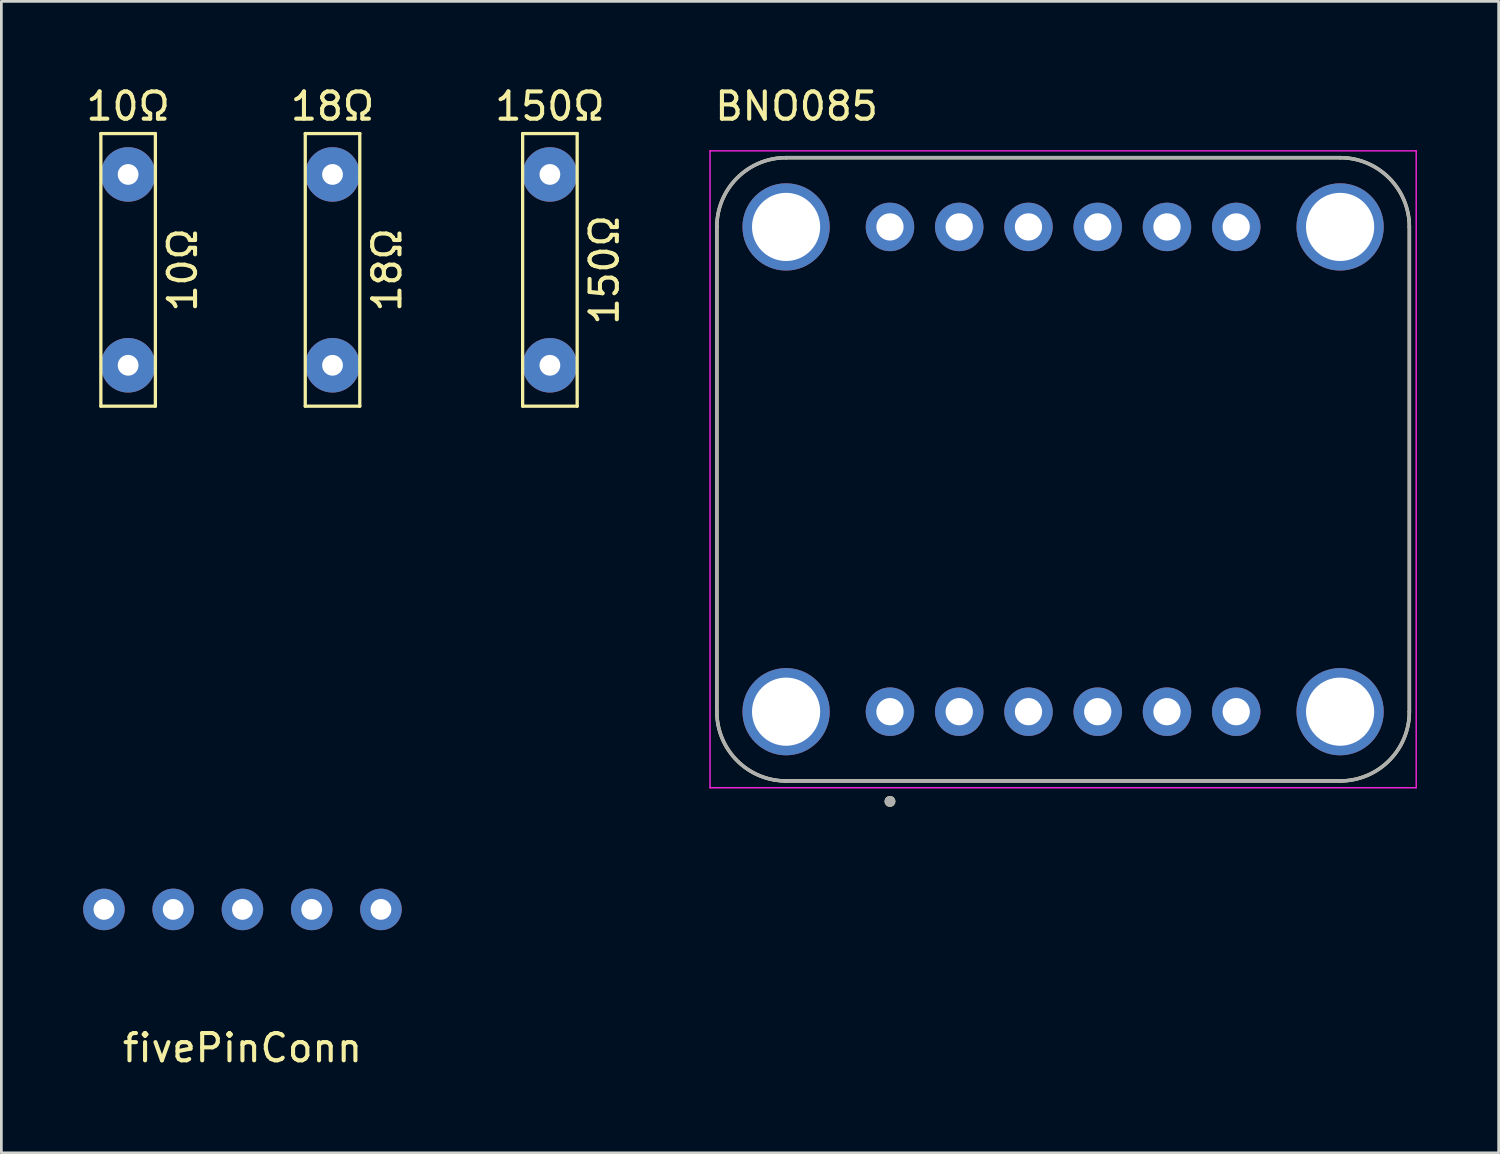
<source format=kicad_pcb>
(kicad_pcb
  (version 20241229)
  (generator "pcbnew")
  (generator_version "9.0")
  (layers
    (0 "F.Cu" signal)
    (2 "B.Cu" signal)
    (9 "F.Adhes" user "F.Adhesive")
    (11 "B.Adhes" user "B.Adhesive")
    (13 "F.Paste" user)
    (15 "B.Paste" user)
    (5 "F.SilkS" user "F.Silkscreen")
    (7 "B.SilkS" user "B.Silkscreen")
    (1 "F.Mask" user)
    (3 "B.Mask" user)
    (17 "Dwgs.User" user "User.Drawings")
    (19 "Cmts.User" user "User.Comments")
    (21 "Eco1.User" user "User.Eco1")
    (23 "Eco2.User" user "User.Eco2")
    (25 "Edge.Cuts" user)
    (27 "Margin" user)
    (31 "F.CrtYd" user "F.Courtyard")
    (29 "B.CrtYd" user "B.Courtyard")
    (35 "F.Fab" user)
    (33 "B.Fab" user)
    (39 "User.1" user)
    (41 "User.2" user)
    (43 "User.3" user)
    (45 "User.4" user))
  (footprint "fivePinConn"
    (layer "F.Cu")
    (at 5.842 30.305)
    (property "Reference" "fivePinConn" (at 0 5.08 0) (layer "F.SilkS") (effects (font (size 1 1) (thickness 0.15))))
    (attr through_hole)
    (pad "1" thru_hole circle (at -5.08 0) (size 1.524 1.524) (drill 0.762) (layers "*.Cu" "*.Mask"))
    (pad "2" thru_hole circle (at -2.54 0) (size 1.524 1.524) (drill 0.762) (layers "*.Cu" "*.Mask"))
    (pad "3" thru_hole circle (at 0 0) (size 1.524 1.524) (drill 0.762) (layers "*.Cu" "*.Mask"))
    (pad "4" thru_hole circle (at 2.54 0) (size 1.524 1.524) (drill 0.762) (layers "*.Cu" "*.Mask"))
    (pad "5" thru_hole circle (at 5.08 0) (size 1.524 1.524) (drill 0.762) (layers "*.Cu" "*.Mask")))
  (footprint "10Ω"
    (layer "F.Cu")
    (at 1.649 6.848)
    (property "Reference" "10Ω" (at 0 -6 0) (layer "F.SilkS") (effects (font (size 1 1) (thickness 0.15))))
    (attr through_hole)
    (fp_line (start -1 -5) (end 1 -5) (stroke (width 0.12) (type solid)) (layer "F.SilkS"))
    (fp_line (start -1 5) (end -1 -5) (stroke (width 0.12) (type solid)) (layer "F.SilkS"))
    (fp_line (start 1 -5) (end 1 5) (stroke (width 0.12) (type solid)) (layer "F.SilkS"))
    (fp_line (start 1 5) (end -1 5) (stroke (width 0.12) (type solid)) (layer "F.SilkS"))
    (fp_text user "10Ω" (at 2 0 90) (layer "F.SilkS") (effects (font (size 1 1) (thickness 0.15))))
    (pad "1" thru_hole circle (at 0 -3.5) (size 2 2) (drill 0.762) (layers "*.Cu" "*.Mask"))
    (pad "2" thru_hole circle (at 0 3.5) (size 2 2) (drill 0.762) (layers "*.Cu" "*.Mask")))
  (footprint "18Ω"
    (layer "F.Cu")
    (at 9.146 6.848)
    (property "Reference" "18Ω" (at 0 -6 0) (layer "F.SilkS") (effects (font (size 1 1) (thickness 0.15))))
    (attr through_hole)
    (fp_line (start -1 -5) (end 1 -5) (stroke (width 0.12) (type solid)) (layer "F.SilkS"))
    (fp_line (start -1 5) (end -1 -5) (stroke (width 0.12) (type solid)) (layer "F.SilkS"))
    (fp_line (start 1 -5) (end 1 5) (stroke (width 0.12) (type solid)) (layer "F.SilkS"))
    (fp_line (start 1 5) (end -1 5) (stroke (width 0.12) (type solid)) (layer "F.SilkS"))
    (fp_text user "18Ω" (at 2 0 90) (layer "F.SilkS") (effects (font (size 1 1) (thickness 0.15))))
    (pad "1" thru_hole circle (at 0 -3.5) (size 2 2) (drill 0.762) (layers "*.Cu" "*.Mask"))
    (pad "2" thru_hole circle (at 0 3.5) (size 2 2) (drill 0.762) (layers "*.Cu" "*.Mask")))
  (footprint "150Ω"
    (layer "F.Cu")
    (at 17.119 6.848)
    (property "Reference" "150Ω" (at 0 -6 0) (layer "F.SilkS") (effects (font (size 1 1) (thickness 0.15))))
    (attr through_hole)
    (fp_line (start -1 -5) (end 1 -5) (stroke (width 0.12) (type solid)) (layer "F.SilkS"))
    (fp_line (start -1 5) (end -1 -5) (stroke (width 0.12) (type solid)) (layer "F.SilkS"))
    (fp_line (start 1 -5) (end 1 5) (stroke (width 0.12) (type solid)) (layer "F.SilkS"))
    (fp_line (start 1 5) (end -1 5) (stroke (width 0.12) (type solid)) (layer "F.SilkS"))
    (fp_text user "150Ω" (at 2 0 90) (layer "F.SilkS") (effects (font (size 1 1) (thickness 0.15))))
    (pad "1" thru_hole circle (at 0 -3.5) (size 2 2) (drill 0.762) (layers "*.Cu" "*.Mask"))
    (pad "2" thru_hole circle (at 0 3.5) (size 2 2) (drill 0.762) (layers "*.Cu" "*.Mask")))
  (footprint "BNO085"
    (layer "F.Cu")
    (at 35.942 14.163)
    (property "Reference" "BNO085" (at -9.775 -13.315 0) (layer "F.SilkS") (effects (font (size 1 1) (thickness 0.15))))
    (attr through_hole)
    (fp_line (start -12.7 -8.89) (end -12.7 8.89) (stroke (width 0.127) (type solid)) (layer "F.SilkS"))
    (fp_line (start -10.16 11.43) (end 10.16 11.43) (stroke (width 0.127) (type solid)) (layer "F.SilkS"))
    (fp_line (start 10.16 -11.43) (end -10.16 -11.43) (stroke (width 0.127) (type solid)) (layer "F.SilkS"))
    (fp_line (start 12.7 8.89) (end 12.7 -8.89) (stroke (width 0.127) (type solid)) (layer "F.SilkS"))
    (fp_arc (start -12.7 -8.89) (mid -11.956051 -10.686051) (end -10.16 -11.43) (stroke (width 0.127) (type solid)) (layer "F.SilkS"))
    (fp_arc (start -10.16 11.43) (mid -11.956051 10.686051) (end -12.7 8.89) (stroke (width 0.127) (type solid)) (layer "F.SilkS"))
    (fp_arc (start 10.16 -11.43) (mid 11.956051 -10.686051) (end 12.7 -8.89) (stroke (width 0.127) (type solid)) (layer "F.SilkS"))
    (fp_arc (start 12.7 8.89) (mid 11.956051 10.686051) (end 10.16 11.43) (stroke (width 0.127) (type solid)) (layer "F.SilkS"))
    (fp_circle (center -6.35 12.18) (end -6.25 12.18) (stroke (width 0.2) (type solid)) (fill no) (layer "F.SilkS"))
    (fp_line (start -12.95 -11.68) (end -12.95 11.68) (stroke (width 0.05) (type solid)) (layer "F.CrtYd"))
    (fp_line (start -12.95 11.68) (end 12.95 11.68) (stroke (width 0.05) (type solid)) (layer "F.CrtYd"))
    (fp_line (start 12.95 -11.68) (end -12.95 -11.68) (stroke (width 0.05) (type solid)) (layer "F.CrtYd"))
    (fp_line (start 12.95 11.68) (end 12.95 -11.68) (stroke (width 0.05) (type solid)) (layer "F.CrtYd"))
    (fp_line (start -12.7 -8.89) (end -12.7 8.89) (stroke (width 0.127) (type solid)) (layer "F.Fab"))
    (fp_line (start -10.16 11.43) (end 10.16 11.43) (stroke (width 0.127) (type solid)) (layer "F.Fab"))
    (fp_line (start 10.16 -11.43) (end -10.16 -11.43) (stroke (width 0.127) (type solid)) (layer "F.Fab"))
    (fp_line (start 12.7 8.89) (end 12.7 -8.89) (stroke (width 0.127) (type solid)) (layer "F.Fab"))
    (fp_arc (start -12.7 -8.89) (mid -11.956051 -10.686051) (end -10.16 -11.43) (stroke (width 0.127) (type solid)) (layer "F.Fab"))
    (fp_arc (start -10.16 11.43) (mid -11.956051 10.686051) (end -12.7 8.89) (stroke (width 0.127) (type solid)) (layer "F.Fab"))
    (fp_arc (start 10.16 -11.43) (mid 11.956051 -10.686051) (end 12.7 -8.89) (stroke (width 0.127) (type solid)) (layer "F.Fab"))
    (fp_arc (start 12.7 8.89) (mid 11.956051 10.686051) (end 10.16 11.43) (stroke (width 0.127) (type solid)) (layer "F.Fab"))
    (fp_circle (center -6.35 12.18) (end -6.25 12.18) (stroke (width 0.2) (type solid)) (fill no) (layer "F.Fab"))
    (pad "JP1_1" thru_hole circle (at -6.35 8.89) (size 1.778 1.778) (drill 1) (layers "*.Cu" "*.Mask"))
    (pad "JP1_2" thru_hole circle (at -3.81 8.89) (size 1.778 1.778) (drill 1) (layers "*.Cu" "*.Mask"))
    (pad "JP1_3" thru_hole circle (at -1.27 8.89) (size 1.778 1.778) (drill 1) (layers "*.Cu" "*.Mask"))
    (pad "JP1_4" thru_hole circle (at 1.27 8.89) (size 1.778 1.778) (drill 1) (layers "*.Cu" "*.Mask"))
    (pad "JP1_5" thru_hole circle (at 3.81 8.89) (size 1.778 1.778) (drill 1) (layers "*.Cu" "*.Mask"))
    (pad "JP1_6" thru_hole circle (at 6.35 8.89) (size 1.778 1.778) (drill 1) (layers "*.Cu" "*.Mask"))
    (pad "JP2_1" thru_hole circle (at -6.35 -8.89) (size 1.778 1.778) (drill 1) (layers "*.Cu" "*.Mask"))
    (pad "JP2_2" thru_hole circle (at -3.81 -8.89) (size 1.778 1.778) (drill 1) (layers "*.Cu" "*.Mask"))
    (pad "JP2_3" thru_hole circle (at -1.27 -8.89) (size 1.778 1.778) (drill 1) (layers "*.Cu" "*.Mask"))
    (pad "JP2_4" thru_hole circle (at 1.27 -8.89) (size 1.778 1.778) (drill 1) (layers "*.Cu" "*.Mask"))
    (pad "JP2_5" thru_hole circle (at 3.81 -8.89) (size 1.778 1.778) (drill 1) (layers "*.Cu" "*.Mask"))
    (pad "JP2_6" thru_hole circle (at 6.35 -8.89) (size 1.778 1.778) (drill 1) (layers "*.Cu" "*.Mask"))
    (pad "P1" thru_hole circle (at -10.16 -8.89) (size 3.2 3.2) (drill 2.5) (layers "*.Cu" "*.Mask"))
    (pad "P2" thru_hole circle (at 10.16 -8.89) (size 3.2 3.2) (drill 2.5) (layers "*.Cu" "*.Mask"))
    (pad "P3" thru_hole circle (at -10.16 8.89) (size 3.2 3.2) (drill 2.5) (layers "*.Cu" "*.Mask"))
    (pad "P4" thru_hole circle (at 10.16 8.89) (size 3.2 3.2) (drill 2.5) (layers "*.Cu" "*.Mask")))
  (gr_rect
    (start -3 -3)
    (end 51.917 39.233)
    (stroke (width 0.1) (type default))
    (fill no)
    (layer "Edge.Cuts")))
</source>
